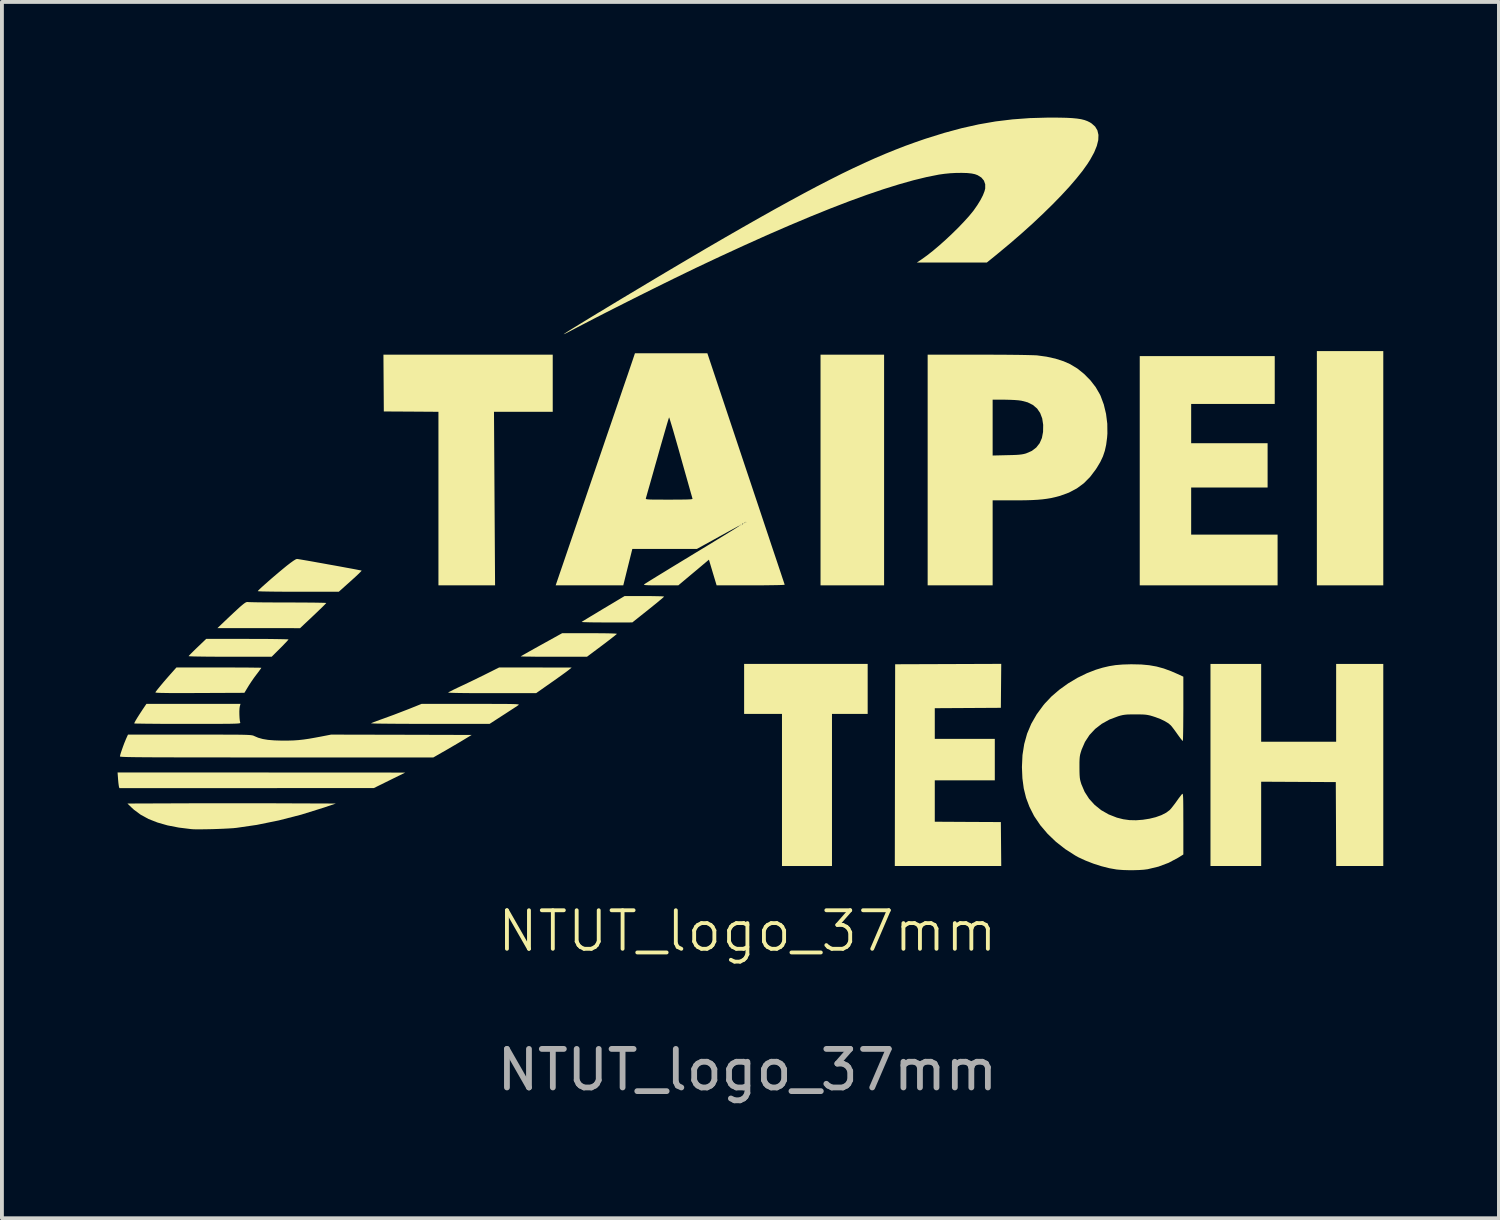
<source format=kicad_pcb>
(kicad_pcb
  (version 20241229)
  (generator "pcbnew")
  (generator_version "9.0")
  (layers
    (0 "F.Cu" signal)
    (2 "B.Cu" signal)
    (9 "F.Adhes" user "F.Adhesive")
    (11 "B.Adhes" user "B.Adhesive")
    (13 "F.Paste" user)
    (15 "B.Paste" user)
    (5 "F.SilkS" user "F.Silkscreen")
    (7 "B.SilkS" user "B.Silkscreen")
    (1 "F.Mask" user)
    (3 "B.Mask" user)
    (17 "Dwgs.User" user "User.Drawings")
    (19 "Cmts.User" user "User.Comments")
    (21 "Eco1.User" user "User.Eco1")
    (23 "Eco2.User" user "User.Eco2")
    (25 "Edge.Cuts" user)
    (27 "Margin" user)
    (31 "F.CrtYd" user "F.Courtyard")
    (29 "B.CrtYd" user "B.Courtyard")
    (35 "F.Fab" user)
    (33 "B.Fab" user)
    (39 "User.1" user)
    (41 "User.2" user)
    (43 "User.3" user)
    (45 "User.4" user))
  (footprint "NTUT_logo_37mm"
    (layer "F.Cu")
    (at 16.389 9.856)
    (property "Reference" "NTUT_logo_37mm" (at -0.05 11.25 0) (unlocked yes) (layer "F.SilkS") (effects (font (size 1 1) (thickness 0.1))))
    (attr smd)
    (fp_poly (pts (xy 3.496 -0.713) (xy 3.496 2.279) (xy 2.672 2.279) (xy 1.847 2.279) (xy 1.847 -0.713) (xy 1.847 -3.705) (xy 2.672 -3.705) (xy 3.496 -3.705)) (stroke (width 0) (type solid)) (fill yes) (layer "F.SilkS"))
    (fp_poly (pts (xy 16.446 -0.76) (xy 16.446 2.279) (xy 15.585 2.279) (xy 14.723 2.279) (xy 14.723 -0.76) (xy 14.723 -3.798) (xy 15.585 -3.798) (xy 16.446 -3.798)) (stroke (width 0) (type solid)) (fill yes) (layer "F.SilkS"))
    (fp_poly (pts (xy -12.657 7.134) (xy -8.926 7.136) (xy -9.334 7.337) (xy -9.741 7.538) (xy -13.042 7.539) (xy -16.342 7.54) (xy -16.354 7.499) (xy -16.36 7.461) (xy -16.368 7.399) (xy -16.375 7.322) (xy -16.377 7.295) (xy -16.389 7.133)) (stroke (width 0) (type solid)) (fill yes) (layer "F.SilkS"))
    (fp_poly (pts (xy -5.1 -2.964) (xy -5.1 -2.223) (xy -5.862 -2.223) (xy -6.624 -2.223) (xy -6.61 0.028) (xy -6.596 2.279) (xy -7.33 2.279) (xy -8.065 2.279) (xy -8.065 0.028) (xy -8.065 -2.223) (xy -8.773 -2.228) (xy -9.482 -2.232) (xy -9.487 -2.969) (xy -9.492 -3.705) (xy -7.296 -3.705) (xy -5.1 -3.705)) (stroke (width 0) (type solid)) (fill yes) (layer "F.SilkS"))
    (fp_poly (pts (xy 3.07 4.965) (xy 3.07 5.614) (xy 2.607 5.614) (xy 2.144 5.614) (xy 2.144 7.587) (xy 2.144 9.56) (xy 1.495 9.56) (xy 0.847 9.56) (xy 0.847 7.587) (xy 0.847 5.614) (xy 0.356 5.614) (xy -0.135 5.614) (xy -0.135 4.965) (xy -0.135 4.317) (xy 1.467 4.317) (xy 3.07 4.317)) (stroke (width 0) (type solid)) (fill yes) (layer "F.SilkS"))
    (fp_poly (pts (xy 6.53 4.886) (xy 6.525 5.456) (xy 5.668 5.461) (xy 4.811 5.466) (xy 4.811 5.864) (xy 4.811 6.262) (xy 5.589 6.262) (xy 6.368 6.262) (xy 6.368 6.799) (xy 6.368 7.337) (xy 5.589 7.337) (xy 4.811 7.337) (xy 4.811 7.874) (xy 4.811 8.411) (xy 5.668 8.416) (xy 6.525 8.42) (xy 6.53 8.99) (xy 6.535 9.56) (xy 5.154 9.56) (xy 3.774 9.56) (xy 3.778 6.943) (xy 3.783 4.326) (xy 5.159 4.321) (xy 6.535 4.316)) (stroke (width 0) (type solid)) (fill yes) (layer "F.SilkS"))
    (fp_poly (pts (xy 13.278 5.326) (xy 13.278 6.336) (xy 14.251 6.336) (xy 15.223 6.336) (xy 15.223 5.326) (xy 15.223 4.317) (xy 15.835 4.317) (xy 16.446 4.317) (xy 16.446 6.938) (xy 16.446 9.56) (xy 15.835 9.56) (xy 15.224 9.56) (xy 15.219 8.471) (xy 15.214 7.383) (xy 14.246 7.378) (xy 13.278 7.373) (xy 13.278 8.467) (xy 13.278 9.56) (xy 12.62 9.56) (xy 11.963 9.56) (xy 11.963 6.938) (xy 11.963 4.317) (xy 12.62 4.317) (xy 13.278 4.317)) (stroke (width 0) (type solid)) (fill yes) (layer "F.SilkS"))
    (fp_poly (pts (xy 13.63 -3.048) (xy 13.63 -2.427) (xy 12.546 -2.427) (xy 11.462 -2.427) (xy 11.462 -1.918) (xy 11.462 -1.408) (xy 12.454 -1.408) (xy 13.445 -1.408) (xy 13.445 -0.834) (xy 13.445 -0.259) (xy 12.454 -0.259) (xy 11.462 -0.259) (xy 11.462 0.352) (xy 11.462 0.963) (xy 12.583 0.963) (xy 13.704 0.963) (xy 13.704 1.621) (xy 13.704 2.279) (xy 11.916 2.279) (xy 10.128 2.279) (xy 10.128 -0.695) (xy 10.128 -3.668) (xy 11.879 -3.668) (xy 13.63 -3.668)) (stroke (width 0) (type solid)) (fill yes) (layer "F.SilkS"))
    (fp_poly (pts (xy -12.827 3.669) (xy -12.644 3.669) (xy -12.475 3.67) (xy -12.324 3.672) (xy -12.195 3.674) (xy -12.09 3.676) (xy -12.013 3.678) (xy -11.967 3.68) (xy -11.955 3.682) (xy -11.968 3.7) (xy -12.002 3.738) (xy -12.055 3.793) (xy -12.12 3.861) (xy -12.173 3.914) (xy -12.391 4.131) (xy -13.472 4.131) (xy -13.68 4.131) (xy -13.872 4.13) (xy -14.046 4.129) (xy -14.198 4.127) (xy -14.327 4.125) (xy -14.428 4.123) (xy -14.5 4.12) (xy -14.539 4.117) (xy -14.546 4.115) (xy -14.531 4.097) (xy -14.494 4.059) (xy -14.439 4.004) (xy -14.371 3.937) (xy -14.315 3.883) (xy -14.09 3.668) (xy -13.022 3.668)) (stroke (width 0) (type solid)) (fill yes) (layer "F.SilkS"))
    (fp_poly (pts (xy -5.55 4.41) (xy -4.609 4.411) (xy -4.677 4.467) (xy -4.71 4.493) (xy -4.769 4.537) (xy -4.849 4.595) (xy -4.944 4.663) (xy -5.049 4.738) (xy -5.138 4.8) (xy -5.531 5.076) (xy -6.681 5.076) (xy -6.921 5.076) (xy -7.135 5.075) (xy -7.323 5.074) (xy -7.484 5.072) (xy -7.614 5.07) (xy -7.713 5.067) (xy -7.78 5.064) (xy -7.811 5.061) (xy -7.814 5.059) (xy -7.792 5.046) (xy -7.742 5.021) (xy -7.67 4.984) (xy -7.579 4.94) (xy -7.475 4.891) (xy -7.443 4.876) (xy -7.31 4.813) (xy -7.164 4.743) (xy -7.017 4.671) (xy -6.882 4.605) (xy -6.79 4.559) (xy -6.49 4.409)) (stroke (width 0) (type solid)) (fill yes) (layer "F.SilkS"))
    (fp_poly (pts (xy -3.958 3.521) (xy -3.797 3.522) (xy -3.663 3.524) (xy -3.558 3.527) (xy -3.484 3.53) (xy -3.444 3.534) (xy -3.436 3.538) (xy -3.452 3.553) (xy -3.494 3.587) (xy -3.557 3.637) (xy -3.638 3.7) (xy -3.733 3.773) (xy -3.826 3.843) (xy -4.211 4.131) (xy -5.075 4.131) (xy -5.25 4.131) (xy -5.412 4.131) (xy -5.559 4.13) (xy -5.686 4.128) (xy -5.79 4.127) (xy -5.868 4.125) (xy -5.916 4.123) (xy -5.93 4.121) (xy -5.912 4.11) (xy -5.865 4.083) (xy -5.793 4.042) (xy -5.701 3.99) (xy -5.592 3.929) (xy -5.47 3.861) (xy -5.387 3.815) (xy -4.855 3.52) (xy -4.142 3.52)) (stroke (width 0) (type solid)) (fill yes) (layer "F.SilkS"))
    (fp_poly (pts (xy -2.59 2.557) (xy -2.469 2.559) (xy -2.366 2.561) (xy -2.286 2.563) (xy -2.233 2.567) (xy -2.211 2.57) (xy -2.211 2.571) (xy -2.225 2.585) (xy -2.264 2.62) (xy -2.326 2.671) (xy -2.405 2.737) (xy -2.499 2.813) (xy -2.603 2.897) (xy -2.623 2.913) (xy -3.035 3.241) (xy -3.701 3.242) (xy -3.853 3.241) (xy -3.992 3.24) (xy -4.113 3.239) (xy -4.214 3.236) (xy -4.289 3.234) (xy -4.336 3.231) (xy -4.349 3.227) (xy -4.33 3.214) (xy -4.282 3.185) (xy -4.21 3.141) (xy -4.118 3.085) (xy -4.009 3.02) (xy -3.887 2.946) (xy -3.784 2.884) (xy -3.236 2.557) (xy -2.723 2.557)) (stroke (width 0) (type solid)) (fill yes) (layer "F.SilkS"))
    (fp_poly (pts (xy -13.233 7.932) (xy -12.904 7.932) (xy -12.587 7.933) (xy -12.293 7.933) (xy -12.083 7.934) (xy -10.726 7.939) (xy -11.039 8.045) (xy -11.626 8.228) (xy -12.206 8.377) (xy -12.776 8.493) (xy -13.298 8.569) (xy -13.384 8.578) (xy -13.496 8.585) (xy -13.628 8.592) (xy -13.771 8.598) (xy -13.918 8.603) (xy -14.064 8.606) (xy -14.2 8.608) (xy -14.319 8.609) (xy -14.415 8.607) (xy -14.475 8.603) (xy -14.8 8.563) (xy -15.094 8.506) (xy -15.355 8.431) (xy -15.587 8.34) (xy -15.788 8.23) (xy -15.961 8.103) (xy -16.023 8.046) (xy -16.133 7.939) (xy -14.787 7.934) (xy -14.517 7.933) (xy -14.218 7.933) (xy -13.899 7.932) (xy -13.568 7.932)) (stroke (width 0) (type solid)) (fill yes) (layer "F.SilkS"))
    (fp_poly (pts (xy -13.563 4.409) (xy -13.376 4.41) (xy -13.204 4.411) (xy -13.05 4.411) (xy -12.916 4.413) (xy -12.808 4.414) (xy -12.726 4.415) (xy -12.676 4.417) (xy -12.659 4.418) (xy -12.67 4.436) (xy -12.699 4.476) (xy -12.741 4.533) (xy -12.782 4.587) (xy -12.848 4.675) (xy -12.918 4.776) (xy -12.981 4.872) (xy -13.002 4.907) (xy -13.099 5.067) (xy -14.261 5.072) (xy -14.504 5.073) (xy -14.713 5.073) (xy -14.89 5.073) (xy -15.036 5.073) (xy -15.155 5.071) (xy -15.247 5.07) (xy -15.317 5.067) (xy -15.365 5.065) (xy -15.395 5.061) (xy -15.408 5.056) (xy -15.408 5.053) (xy -15.385 5.02) (xy -15.341 4.964) (xy -15.282 4.892) (xy -15.213 4.809) (xy -15.137 4.72) (xy -15.06 4.632) (xy -15.023 4.59) (xy -14.862 4.409) (xy -13.761 4.409)) (stroke (width 0) (type solid)) (fill yes) (layer "F.SilkS"))
    (fp_poly (pts (xy -13.008 2.712) (xy -13.007 2.712) (xy -12.978 2.714) (xy -12.916 2.716) (xy -12.824 2.718) (xy -12.706 2.72) (xy -12.565 2.721) (xy -12.406 2.722) (xy -12.232 2.723) (xy -12.046 2.723) (xy -11.962 2.723) (xy -11.775 2.724) (xy -11.599 2.724) (xy -11.438 2.726) (xy -11.296 2.727) (xy -11.176 2.729) (xy -11.081 2.731) (xy -11.014 2.733) (xy -10.98 2.736) (xy -10.975 2.737) (xy -10.989 2.753) (xy -11.026 2.791) (xy -11.082 2.847) (xy -11.155 2.917) (xy -11.24 2.999) (xy -11.316 3.071) (xy -11.655 3.39) (xy -12.727 3.389) (xy -13.799 3.389) (xy -13.632 3.23) (xy -13.494 3.099) (xy -13.379 2.991) (xy -13.286 2.905) (xy -13.212 2.837) (xy -13.153 2.787) (xy -13.108 2.751) (xy -13.074 2.728) (xy -13.047 2.715) (xy -13.026 2.711)) (stroke (width 0) (type solid)) (fill yes) (layer "F.SilkS"))
    (fp_poly (pts (xy -13.219 5.423) (xy -13.226 5.474) (xy -13.23 5.547) (xy -13.229 5.632) (xy -13.225 5.716) (xy -13.218 5.788) (xy -13.208 5.836) (xy -13.206 5.841) (xy -13.205 5.847) (xy -13.209 5.852) (xy -13.221 5.856) (xy -13.242 5.86) (xy -13.275 5.863) (xy -13.323 5.866) (xy -13.389 5.868) (xy -13.474 5.87) (xy -13.581 5.871) (xy -13.713 5.872) (xy -13.871 5.872) (xy -14.059 5.873) (xy -14.279 5.873) (xy -14.533 5.873) (xy -14.575 5.873) (xy -14.797 5.873) (xy -15.009 5.872) (xy -15.207 5.872) (xy -15.387 5.871) (xy -15.548 5.869) (xy -15.687 5.868) (xy -15.8 5.866) (xy -15.884 5.865) (xy -15.938 5.863) (xy -15.957 5.861) (xy -15.957 5.861) (xy -15.947 5.835) (xy -15.919 5.783) (xy -15.875 5.71) (xy -15.819 5.622) (xy -15.754 5.523) (xy -15.75 5.516) (xy -15.641 5.354) (xy -14.42 5.354) (xy -13.2 5.354)) (stroke (width 0) (type solid)) (fill yes) (layer "F.SilkS"))
    (fp_poly (pts (xy -6.975 5.354) (xy -6.761 5.354) (xy -6.579 5.355) (xy -6.427 5.355) (xy -6.302 5.356) (xy -6.201 5.357) (xy -6.123 5.359) (xy -6.065 5.361) (xy -6.024 5.364) (xy -5.998 5.367) (xy -5.984 5.371) (xy -5.981 5.376) (xy -5.984 5.382) (xy -5.99 5.386) (xy -6.018 5.405) (xy -6.072 5.441) (xy -6.147 5.49) (xy -6.238 5.549) (xy -6.339 5.615) (xy -6.386 5.645) (xy -6.738 5.873) (xy -8.285 5.873) (xy -8.52 5.873) (xy -8.744 5.872) (xy -8.954 5.871) (xy -9.148 5.87) (xy -9.322 5.869) (xy -9.474 5.867) (xy -9.601 5.866) (xy -9.702 5.864) (xy -9.772 5.861) (xy -9.809 5.859) (xy -9.815 5.858) (xy -9.792 5.847) (xy -9.74 5.826) (xy -9.666 5.798) (xy -9.575 5.765) (xy -9.491 5.735) (xy -9.368 5.69) (xy -9.223 5.637) (xy -9.072 5.579) (xy -8.927 5.523) (xy -8.844 5.491) (xy -8.503 5.354) (xy -7.224 5.354)) (stroke (width 0) (type solid)) (fill yes) (layer "F.SilkS"))
    (fp_poly (pts (xy -11.712 1.597) (xy -11.656 1.606) (xy -11.573 1.62) (xy -11.467 1.638) (xy -11.342 1.66) (xy -11.204 1.685) (xy -11.057 1.711) (xy -10.904 1.739) (xy -10.752 1.766) (xy -10.603 1.793) (xy -10.464 1.819) (xy -10.338 1.842) (xy -10.23 1.862) (xy -10.144 1.879) (xy -10.085 1.89) (xy -10.058 1.896) (xy -10.066 1.909) (xy -10.099 1.943) (xy -10.152 1.995) (xy -10.221 2.06) (xy -10.304 2.135) (xy -10.345 2.172) (xy -10.649 2.444) (xy -11.701 2.445) (xy -11.901 2.445) (xy -12.088 2.444) (xy -12.258 2.443) (xy -12.407 2.441) (xy -12.534 2.439) (xy -12.635 2.437) (xy -12.706 2.434) (xy -12.745 2.431) (xy -12.752 2.429) (xy -12.738 2.412) (xy -12.7 2.374) (xy -12.641 2.319) (xy -12.566 2.252) (xy -12.478 2.174) (xy -12.382 2.09) (xy -12.281 2.004) (xy -12.179 1.918) (xy -12.08 1.836) (xy -12.002 1.772) (xy -11.906 1.698) (xy -11.828 1.642) (xy -11.77 1.606) (xy -11.736 1.594) (xy -11.736 1.594)) (stroke (width 0) (type solid)) (fill yes) (layer "F.SilkS"))
    (fp_poly (pts (xy -9.026 6.155) (xy -7.203 6.16) (xy -7.453 6.311) (xy -7.567 6.379) (xy -7.697 6.455) (xy -7.827 6.531) (xy -7.942 6.598) (xy -7.951 6.602) (xy -8.198 6.744) (xy -12.263 6.744) (xy -12.726 6.744) (xy -13.154 6.744) (xy -13.547 6.743) (xy -13.907 6.743) (xy -14.236 6.743) (xy -14.535 6.743) (xy -14.804 6.742) (xy -15.047 6.741) (xy -15.263 6.741) (xy -15.455 6.74) (xy -15.623 6.739) (xy -15.769 6.738) (xy -15.895 6.737) (xy -16.002 6.735) (xy -16.09 6.734) (xy -16.163 6.732) (xy -16.22 6.73) (xy -16.263 6.728) (xy -16.294 6.725) (xy -16.314 6.723) (xy -16.325 6.72) (xy -16.328 6.717) (xy -16.321 6.684) (xy -16.304 6.624) (xy -16.278 6.547) (xy -16.248 6.462) (xy -16.216 6.376) (xy -16.184 6.298) (xy -16.171 6.266) (xy -16.119 6.151) (xy -14.518 6.151) (xy -14.238 6.151) (xy -13.992 6.151) (xy -13.778 6.151) (xy -13.595 6.152) (xy -13.438 6.152) (xy -13.307 6.153) (xy -13.199 6.154) (xy -13.11 6.156) (xy -13.04 6.158) (xy -12.984 6.161) (xy -12.942 6.164) (xy -12.91 6.168) (xy -12.887 6.172) (xy -12.869 6.177) (xy -12.854 6.183) (xy -12.844 6.188) (xy -12.741 6.232) (xy -12.623 6.265) (xy -12.484 6.288) (xy -12.319 6.301) (xy -12.124 6.307) (xy -12.103 6.307) (xy -11.953 6.306) (xy -11.819 6.302) (xy -11.693 6.293) (xy -11.565 6.279) (xy -11.427 6.259) (xy -11.269 6.231) (xy -11.129 6.205) (xy -10.85 6.151)) (stroke (width 0) (type solid)) (fill yes) (layer "F.SilkS"))
    (fp_poly (pts (xy 5.946 -3.705) (xy 6.192 -3.705) (xy 6.425 -3.704) (xy 6.643 -3.703) (xy 6.843 -3.701) (xy 7.022 -3.699) (xy 7.176 -3.696) (xy 7.303 -3.693) (xy 7.399 -3.69) (xy 7.462 -3.687) (xy 7.47 -3.686) (xy 7.711 -3.653) (xy 7.942 -3.602) (xy 8.153 -3.534) (xy 8.319 -3.461) (xy 8.507 -3.348) (xy 8.684 -3.206) (xy 8.846 -3.042) (xy 8.985 -2.863) (xy 9.094 -2.675) (xy 9.111 -2.64) (xy 9.195 -2.414) (xy 9.254 -2.169) (xy 9.286 -1.914) (xy 9.289 -1.66) (xy 9.281 -1.552) (xy 9.257 -1.368) (xy 9.222 -1.21) (xy 9.173 -1.065) (xy 9.106 -0.923) (xy 9.016 -0.772) (xy 8.985 -0.725) (xy 8.839 -0.532) (xy 8.677 -0.369) (xy 8.495 -0.235) (xy 8.291 -0.127) (xy 8.061 -0.043) (xy 7.933 -0.009) (xy 7.827 0.015) (xy 7.718 0.033) (xy 7.603 0.048) (xy 7.476 0.059) (xy 7.33 0.067) (xy 7.162 0.072) (xy 6.964 0.074) (xy 6.838 0.074) (xy 6.312 0.074) (xy 6.312 1.176) (xy 6.312 2.279) (xy 5.469 2.279) (xy 4.626 2.279) (xy 4.626 -0.713) (xy 4.626 -2.538) (xy 6.312 -2.538) (xy 6.312 -1.813) (xy 6.312 -1.089) (xy 6.687 -1.098) (xy 6.822 -1.101) (xy 6.926 -1.105) (xy 7.007 -1.111) (xy 7.071 -1.119) (xy 7.124 -1.129) (xy 7.173 -1.142) (xy 7.187 -1.147) (xy 7.329 -1.209) (xy 7.444 -1.297) (xy 7.531 -1.408) (xy 7.59 -1.543) (xy 7.62 -1.702) (xy 7.623 -1.885) (xy 7.623 -1.885) (xy 7.598 -2.051) (xy 7.545 -2.191) (xy 7.465 -2.308) (xy 7.357 -2.4) (xy 7.221 -2.468) (xy 7.057 -2.511) (xy 7.056 -2.511) (xy 6.983 -2.521) (xy 6.883 -2.529) (xy 6.767 -2.534) (xy 6.645 -2.537) (xy 6.613 -2.538) (xy 6.312 -2.538) (xy 4.626 -2.538) (xy 4.626 -3.705)) (stroke (width 0) (type solid)) (fill yes) (layer "F.SilkS"))
    (fp_poly (pts (xy 8.05 -9.854) (xy 8.228 -9.85) (xy 8.378 -9.842) (xy 8.502 -9.83) (xy 8.606 -9.814) (xy 8.694 -9.792) (xy 8.77 -9.764) (xy 8.838 -9.73) (xy 8.88 -9.703) (xy 8.971 -9.622) (xy 9.03 -9.523) (xy 9.057 -9.406) (xy 9.052 -9.272) (xy 9.014 -9.12) (xy 8.945 -8.951) (xy 8.843 -8.765) (xy 8.771 -8.652) (xy 8.642 -8.471) (xy 8.484 -8.274) (xy 8.3 -8.06) (xy 8.091 -7.834) (xy 7.861 -7.598) (xy 7.611 -7.354) (xy 7.345 -7.103) (xy 7.063 -6.85) (xy 6.77 -6.596) (xy 6.466 -6.343) (xy 6.371 -6.265) (xy 6.161 -6.095) (xy 5.253 -6.095) (xy 4.345 -6.095) (xy 4.481 -6.186) (xy 4.615 -6.283) (xy 4.766 -6.402) (xy 4.928 -6.539) (xy 5.095 -6.688) (xy 5.261 -6.844) (xy 5.421 -7.001) (xy 5.568 -7.155) (xy 5.698 -7.298) (xy 5.804 -7.427) (xy 5.82 -7.448) (xy 5.915 -7.584) (xy 5.996 -7.716) (xy 6.06 -7.84) (xy 6.102 -7.948) (xy 6.119 -8.016) (xy 6.119 -8.126) (xy 6.086 -8.221) (xy 6.02 -8.3) (xy 5.923 -8.361) (xy 5.853 -8.387) (xy 5.768 -8.405) (xy 5.653 -8.417) (xy 5.518 -8.421) (xy 5.369 -8.42) (xy 5.215 -8.412) (xy 5.063 -8.397) (xy 4.92 -8.377) (xy 4.915 -8.376) (xy 4.599 -8.313) (xy 4.255 -8.229) (xy 3.883 -8.124) (xy 3.482 -7.999) (xy 3.052 -7.853) (xy 2.593 -7.686) (xy 2.105 -7.498) (xy 1.588 -7.289) (xy 1.041 -7.059) (xy 0.465 -6.809) (xy -0.142 -6.536) (xy -0.778 -6.243) (xy -1.156 -6.065) (xy -1.393 -5.953) (xy -1.653 -5.827) (xy -1.933 -5.691) (xy -2.226 -5.547) (xy -2.529 -5.397) (xy -2.836 -5.244) (xy -3.143 -5.09) (xy -3.444 -4.938) (xy -3.736 -4.79) (xy -4.013 -4.648) (xy -4.269 -4.515) (xy -4.502 -4.394) (xy -4.674 -4.303) (xy -4.739 -4.269) (xy -4.787 -4.246) (xy -4.812 -4.236) (xy -4.813 -4.238) (xy -4.791 -4.254) (xy -4.74 -4.288) (xy -4.661 -4.338) (xy -4.557 -4.402) (xy -4.43 -4.48) (xy -4.283 -4.57) (xy -4.118 -4.671) (xy -3.937 -4.781) (xy -3.742 -4.898) (xy -3.536 -5.023) (xy -3.322 -5.152) (xy -3.1 -5.285) (xy -2.874 -5.42) (xy -2.646 -5.557) (xy -2.418 -5.693) (xy -2.193 -5.827) (xy -1.972 -5.958) (xy -1.759 -6.084) (xy -1.554 -6.205) (xy -1.362 -6.318) (xy -1.183 -6.423) (xy -1.136 -6.451) (xy -0.644 -6.737) (xy -0.181 -7.003) (xy 0.255 -7.251) (xy 0.665 -7.481) (xy 1.052 -7.694) (xy 1.417 -7.892) (xy 1.762 -8.075) (xy 2.09 -8.244) (xy 2.401 -8.401) (xy 2.699 -8.545) (xy 2.984 -8.678) (xy 3.258 -8.801) (xy 3.525 -8.915) (xy 3.784 -9.02) (xy 4.038 -9.119) (xy 4.29 -9.21) (xy 4.541 -9.297) (xy 4.58 -9.31) (xy 5.054 -9.458) (xy 5.509 -9.581) (xy 5.952 -9.68) (xy 6.389 -9.756) (xy 6.827 -9.809) (xy 7.273 -9.842) (xy 7.733 -9.855) (xy 7.84 -9.856)) (stroke (width 0) (type solid)) (fill yes) (layer "F.SilkS"))
    (fp_poly (pts (xy 10.166 4.332) (xy 10.373 4.351) (xy 10.565 4.385) (xy 10.752 4.436) (xy 10.944 4.507) (xy 11.105 4.577) (xy 11.259 4.648) (xy 11.259 5.483) (xy 11.258 5.655) (xy 11.257 5.815) (xy 11.256 5.959) (xy 11.254 6.084) (xy 11.252 6.186) (xy 11.25 6.261) (xy 11.247 6.306) (xy 11.245 6.317) (xy 11.229 6.303) (xy 11.197 6.264) (xy 11.154 6.207) (xy 11.11 6.146) (xy 11.056 6.07) (xy 11.003 5.998) (xy 10.959 5.941) (xy 10.936 5.914) (xy 10.873 5.859) (xy 10.78 5.803) (xy 10.665 5.747) (xy 10.532 5.697) (xy 10.467 5.676) (xy 10.4 5.656) (xy 10.34 5.643) (xy 10.28 5.634) (xy 10.209 5.629) (xy 10.119 5.627) (xy 10.017 5.626) (xy 9.902 5.627) (xy 9.815 5.629) (xy 9.746 5.635) (xy 9.687 5.644) (xy 9.627 5.658) (xy 9.567 5.676) (xy 9.343 5.76) (xy 9.143 5.871) (xy 8.97 6.005) (xy 8.824 6.162) (xy 8.707 6.341) (xy 8.621 6.539) (xy 8.617 6.552) (xy 8.596 6.618) (xy 8.581 6.673) (xy 8.572 6.728) (xy 8.567 6.791) (xy 8.564 6.87) (xy 8.564 6.976) (xy 8.564 7.003) (xy 8.565 7.117) (xy 8.568 7.203) (xy 8.573 7.269) (xy 8.582 7.326) (xy 8.596 7.38) (xy 8.614 7.438) (xy 8.699 7.637) (xy 8.815 7.817) (xy 8.959 7.975) (xy 9.128 8.111) (xy 9.321 8.221) (xy 9.535 8.305) (xy 9.701 8.347) (xy 9.861 8.369) (xy 10.032 8.373) (xy 10.207 8.36) (xy 10.38 8.333) (xy 10.543 8.293) (xy 10.691 8.24) (xy 10.815 8.176) (xy 10.904 8.109) (xy 10.941 8.069) (xy 10.99 8.007) (xy 11.046 7.934) (xy 11.084 7.881) (xy 11.134 7.81) (xy 11.18 7.75) (xy 11.214 7.706) (xy 11.23 7.689) (xy 11.237 7.686) (xy 11.243 7.693) (xy 11.247 7.711) (xy 11.251 7.745) (xy 11.254 7.798) (xy 11.256 7.871) (xy 11.257 7.969) (xy 11.258 8.095) (xy 11.258 8.251) (xy 11.259 8.441) (xy 11.259 8.463) (xy 11.259 9.261) (xy 11.121 9.347) (xy 10.877 9.477) (xy 10.613 9.576) (xy 10.329 9.644) (xy 10.325 9.644) (xy 10.232 9.656) (xy 10.113 9.664) (xy 9.977 9.668) (xy 9.836 9.668) (xy 9.699 9.664) (xy 9.578 9.655) (xy 9.526 9.65) (xy 9.339 9.617) (xy 9.134 9.565) (xy 8.925 9.498) (xy 8.722 9.419) (xy 8.538 9.334) (xy 8.457 9.289) (xy 8.195 9.121) (xy 7.954 8.932) (xy 7.738 8.725) (xy 7.551 8.505) (xy 7.395 8.275) (xy 7.38 8.249) (xy 7.266 8.023) (xy 7.179 7.791) (xy 7.119 7.547) (xy 7.084 7.285) (xy 7.072 6.999) (xy 7.072 6.989) (xy 7.086 6.682) (xy 7.131 6.396) (xy 7.206 6.126) (xy 7.314 5.87) (xy 7.456 5.623) (xy 7.632 5.384) (xy 7.665 5.345) (xy 7.839 5.161) (xy 8.043 4.986) (xy 8.27 4.823) (xy 8.512 4.678) (xy 8.762 4.556) (xy 8.992 4.467) (xy 9.168 4.414) (xy 9.335 4.375) (xy 9.503 4.348) (xy 9.683 4.333) (xy 9.887 4.327) (xy 9.934 4.327)) (stroke (width 0) (type solid)) (fill yes) (layer "F.SilkS"))
    (fp_poly (pts (xy -2.028 -3.742) (xy -1.089 -3.742) (xy -0.089 -0.748) (xy 0.019 -0.426) (xy 0.123 -0.114) (xy 0.224 0.187) (xy 0.32 0.475) (xy 0.411 0.748) (xy 0.497 1.005) (xy 0.576 1.243) (xy 0.649 1.46) (xy 0.715 1.656) (xy 0.772 1.827) (xy 0.821 1.973) (xy 0.86 2.091) (xy 0.89 2.18) (xy 0.909 2.237) (xy 0.917 2.262) (xy 0.918 2.262) (xy 0.901 2.266) (xy 0.85 2.269) (xy 0.768 2.272) (xy 0.658 2.274) (xy 0.523 2.276) (xy 0.365 2.278) (xy 0.189 2.278) (xy 0.038 2.279) (xy -0.849 2.278) (xy -0.949 1.946) (xy -1.048 1.613) (xy -1.141 1.691) (xy -1.184 1.727) (xy -1.249 1.782) (xy -1.33 1.85) (xy -1.422 1.927) (xy -1.519 2.008) (xy -1.538 2.024) (xy -1.842 2.279) (xy -2.299 2.279) (xy -2.442 2.279) (xy -2.551 2.278) (xy -2.631 2.276) (xy -2.685 2.273) (xy -2.717 2.269) (xy -2.731 2.263) (xy -2.731 2.256) (xy -2.728 2.253) (xy -2.708 2.239) (xy -2.659 2.208) (xy -2.584 2.161) (xy -2.484 2.099) (xy -2.362 2.024) (xy -2.221 1.938) (xy -2.063 1.841) (xy -1.892 1.737) (xy -1.708 1.625) (xy -1.515 1.508) (xy -1.488 1.491) (xy -1.238 1.34) (xy -1.019 1.207) (xy -0.83 1.091) (xy -0.669 0.993) (xy -0.536 0.911) (xy -0.428 0.845) (xy -0.347 0.794) (xy -0.289 0.757) (xy -0.255 0.734) (xy -0.242 0.724) (xy -0.25 0.726) (xy -0.279 0.739) (xy -0.283 0.742) (xy -0.311 0.757) (xy -0.366 0.787) (xy -0.445 0.83) (xy -0.544 0.884) (xy -0.658 0.947) (xy -0.782 1.015) (xy -0.845 1.05) (xy -1.36 1.334) (xy -2.198 1.334) (xy -3.035 1.334) (xy -3.153 1.806) (xy -3.27 2.279) (xy -4.147 2.279) (xy -5.024 2.279) (xy -4.962 2.098) (xy -4.949 2.06) (xy -4.925 1.989) (xy -4.89 1.887) (xy -4.845 1.756) (xy -4.791 1.598) (xy -4.729 1.416) (xy -4.659 1.211) (xy -4.582 0.986) (xy -4.499 0.743) (xy -4.489 0.713) (xy -0.228 0.713) (xy -0.219 0.723) (xy -0.209 0.713) (xy -0.219 0.704) (xy -0.228 0.713) (xy -4.489 0.713) (xy -4.485 0.703) (xy -0.186 0.703) (xy -0.184 0.704) (xy -0.167 0.691) (xy -0.163 0.685) (xy -0.158 0.668) (xy -0.161 0.667) (xy -0.178 0.68) (xy -0.182 0.685) (xy -0.186 0.703) (xy -4.485 0.703) (xy -4.47 0.658) (xy -0.135 0.658) (xy -0.126 0.667) (xy -0.117 0.658) (xy -0.126 0.648) (xy -0.135 0.658) (xy -4.47 0.658) (xy -4.464 0.639) (xy -0.098 0.639) (xy -0.089 0.648) (xy -0.08 0.639) (xy -0.089 0.63) (xy -0.098 0.639) (xy -4.464 0.639) (xy -4.41 0.483) (xy -4.317 0.209) (xy -4.256 0.032) (xy -2.685 0.032) (xy -2.679 0.039) (xy -2.663 0.045) (xy -2.632 0.049) (xy -2.584 0.052) (xy -2.514 0.054) (xy -2.42 0.055) (xy -2.297 0.055) (xy -2.142 0.056) (xy -2.08 0.056) (xy -1.906 0.055) (xy -1.767 0.054) (xy -1.659 0.053) (xy -1.578 0.05) (xy -1.523 0.047) (xy -1.489 0.042) (xy -1.475 0.036) (xy -1.474 0.032) (xy -1.48 0.011) (xy -1.495 -0.043) (xy -1.519 -0.127) (xy -1.55 -0.236) (xy -1.587 -0.368) (xy -1.63 -0.52) (xy -1.678 -0.689) (xy -1.729 -0.87) (xy -1.777 -1.041) (xy -1.83 -1.231) (xy -1.881 -1.409) (xy -1.928 -1.573) (xy -1.97 -1.719) (xy -2.007 -1.844) (xy -2.038 -1.946) (xy -2.061 -2.021) (xy -2.076 -2.066) (xy -2.082 -2.079) (xy -2.089 -2.059) (xy -2.105 -2.007) (xy -2.13 -1.925) (xy -2.161 -1.818) (xy -2.199 -1.687) (xy -2.242 -1.537) (xy -2.29 -1.371) (xy -2.341 -1.191) (xy -2.384 -1.037) (xy -2.438 -0.849) (xy -2.488 -0.67) (xy -2.535 -0.504) (xy -2.577 -0.355) (xy -2.614 -0.227) (xy -2.644 -0.121) (xy -2.666 -0.042) (xy -2.68 0.007) (xy -2.685 0.023) (xy -2.685 0.032) (xy -4.256 0.032) (xy -4.219 -0.077) (xy -4.118 -0.373) (xy -4.014 -0.676) (xy -3.998 -0.723) (xy -3.894 -1.027) (xy -3.792 -1.325) (xy -3.694 -1.613) (xy -3.599 -1.889) (xy -3.509 -2.152) (xy -3.425 -2.398) (xy -3.347 -2.627) (xy -3.276 -2.836) (xy -3.212 -3.022) (xy -3.156 -3.184) (xy -3.11 -3.32) (xy -3.073 -3.428) (xy -3.047 -3.505) (xy -3.032 -3.549) (xy -3.031 -3.552) (xy -2.967 -3.742)) (stroke (width 0) (type solid)) (fill yes) (layer "F.SilkS"))
    (fp_text user "${REFERENCE}" (at -0.05 14.85 0) (unlocked yes) (layer "F.Fab") (effects (font (size 1 1) (thickness 0.15)))))
  (gr_rect
    (start -3 -3)
    (end 35.835 28.554)
    (stroke (width 0.1) (type default))
    (fill no)
    (layer "Edge.Cuts")))
</source>
